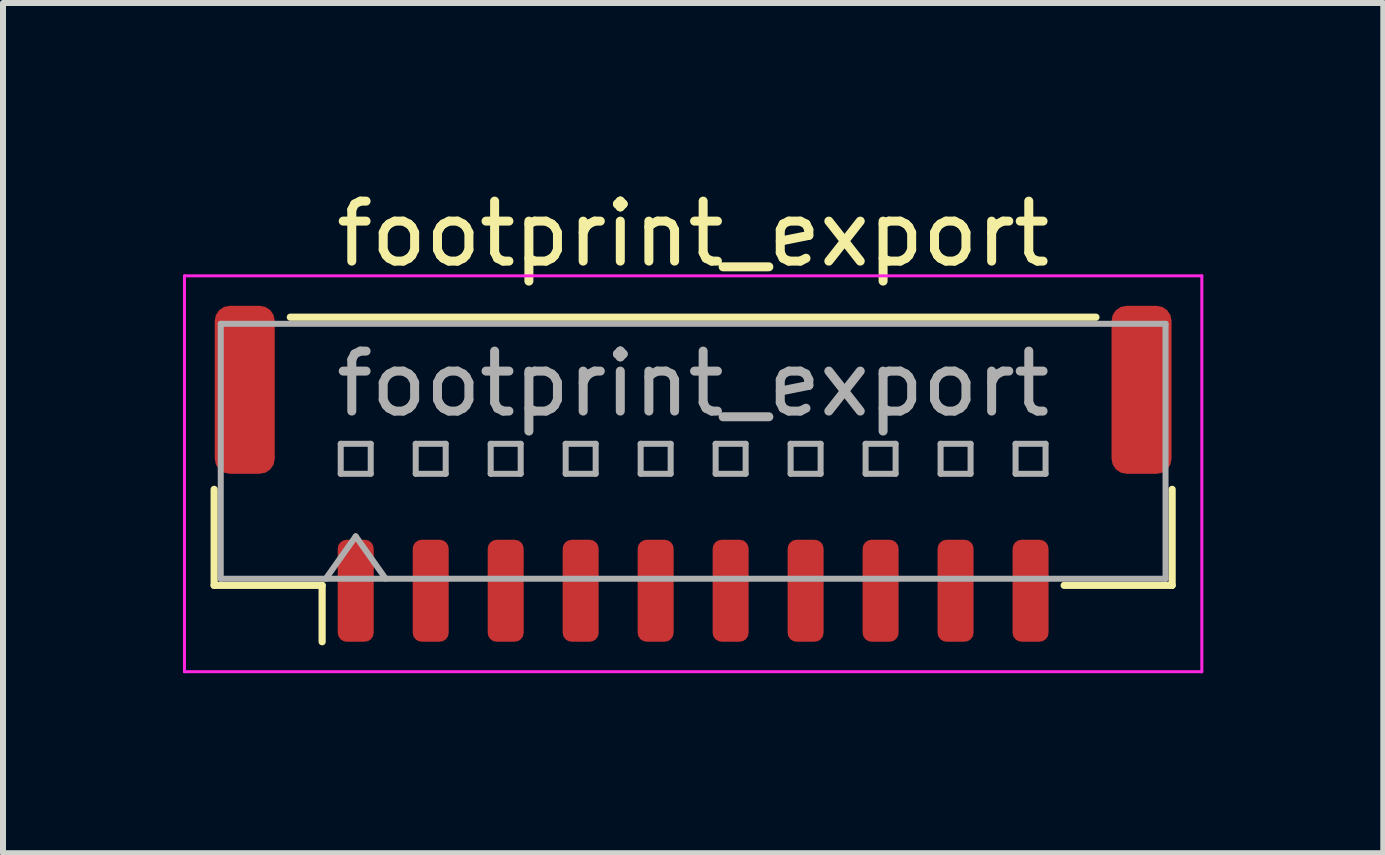
<source format=kicad_pcb>
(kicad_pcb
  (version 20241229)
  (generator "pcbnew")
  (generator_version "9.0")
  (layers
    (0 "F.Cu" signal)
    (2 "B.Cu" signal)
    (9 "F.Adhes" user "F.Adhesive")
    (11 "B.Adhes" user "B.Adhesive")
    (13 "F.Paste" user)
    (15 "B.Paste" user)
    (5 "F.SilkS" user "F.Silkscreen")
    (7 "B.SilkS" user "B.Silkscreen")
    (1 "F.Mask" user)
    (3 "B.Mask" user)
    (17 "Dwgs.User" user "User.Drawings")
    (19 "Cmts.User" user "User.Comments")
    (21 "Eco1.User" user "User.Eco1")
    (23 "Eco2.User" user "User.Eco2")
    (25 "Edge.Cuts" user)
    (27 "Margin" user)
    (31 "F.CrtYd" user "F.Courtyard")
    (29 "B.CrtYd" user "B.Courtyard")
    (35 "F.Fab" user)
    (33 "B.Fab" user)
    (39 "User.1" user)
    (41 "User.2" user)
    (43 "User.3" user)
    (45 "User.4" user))
  (footprint "footprint_export"
    (layer "F.Cu")
    (at 8.505 4.848)
    (property "Reference" "footprint_export" (at 0 -4 0) (layer "F.SilkS") (effects (font (size 1 1) (thickness 0.15))))
    (attr smd)
    (fp_line (start -7.985 0.26) (end -7.985 1.86) (stroke (width 0.12) (type solid)) (layer "F.SilkS"))
    (fp_line (start -7.985 1.86) (end -6.185 1.86) (stroke (width 0.12) (type solid)) (layer "F.SilkS"))
    (fp_line (start -6.715 -2.61) (end 6.715 -2.61) (stroke (width 0.12) (type solid)) (layer "F.SilkS"))
    (fp_line (start -6.185 1.86) (end -6.185 2.8) (stroke (width 0.12) (type solid)) (layer "F.SilkS"))
    (fp_line (start 7.985 0.26) (end 7.985 1.86) (stroke (width 0.12) (type solid)) (layer "F.SilkS"))
    (fp_line (start 7.985 1.86) (end 6.185 1.86) (stroke (width 0.12) (type solid)) (layer "F.SilkS"))
    (fp_line (start -8.48 -3.3) (end -8.48 3.3) (stroke (width 0.05) (type solid)) (layer "F.CrtYd"))
    (fp_line (start -8.48 3.3) (end 8.48 3.3) (stroke (width 0.05) (type solid)) (layer "F.CrtYd"))
    (fp_line (start 8.48 -3.3) (end -8.48 -3.3) (stroke (width 0.05) (type solid)) (layer "F.CrtYd"))
    (fp_line (start 8.48 3.3) (end 8.48 -3.3) (stroke (width 0.05) (type solid)) (layer "F.CrtYd"))
    (fp_line (start -7.875 -2.5) (end 7.875 -2.5) (stroke (width 0.1) (type solid)) (layer "F.Fab"))
    (fp_line (start -7.875 1.75) (end -7.875 -2.5) (stroke (width 0.1) (type solid)) (layer "F.Fab"))
    (fp_line (start -7.875 1.75) (end 7.875 1.75) (stroke (width 0.1) (type solid)) (layer "F.Fab"))
    (fp_line (start -6.125 1.75) (end -5.625 1.043) (stroke (width 0.1) (type solid)) (layer "F.Fab"))
    (fp_line (start -5.875 -0.5) (end -5.875 0) (stroke (width 0.1) (type solid)) (layer "F.Fab"))
    (fp_line (start -5.875 0) (end -5.375 0) (stroke (width 0.1) (type solid)) (layer "F.Fab"))
    (fp_line (start -5.625 1.043) (end -5.125 1.75) (stroke (width 0.1) (type solid)) (layer "F.Fab"))
    (fp_line (start -5.375 -0.5) (end -5.875 -0.5) (stroke (width 0.1) (type solid)) (layer "F.Fab"))
    (fp_line (start -5.375 0) (end -5.375 -0.5) (stroke (width 0.1) (type solid)) (layer "F.Fab"))
    (fp_line (start -4.625 -0.5) (end -4.625 0) (stroke (width 0.1) (type solid)) (layer "F.Fab"))
    (fp_line (start -4.625 0) (end -4.125 0) (stroke (width 0.1) (type solid)) (layer "F.Fab"))
    (fp_line (start -4.125 -0.5) (end -4.625 -0.5) (stroke (width 0.1) (type solid)) (layer "F.Fab"))
    (fp_line (start -4.125 0) (end -4.125 -0.5) (stroke (width 0.1) (type solid)) (layer "F.Fab"))
    (fp_line (start -3.375 -0.5) (end -3.375 0) (stroke (width 0.1) (type solid)) (layer "F.Fab"))
    (fp_line (start -3.375 0) (end -2.875 0) (stroke (width 0.1) (type solid)) (layer "F.Fab"))
    (fp_line (start -2.875 -0.5) (end -3.375 -0.5) (stroke (width 0.1) (type solid)) (layer "F.Fab"))
    (fp_line (start -2.875 0) (end -2.875 -0.5) (stroke (width 0.1) (type solid)) (layer "F.Fab"))
    (fp_line (start -2.125 -0.5) (end -2.125 0) (stroke (width 0.1) (type solid)) (layer "F.Fab"))
    (fp_line (start -2.125 0) (end -1.625 0) (stroke (width 0.1) (type solid)) (layer "F.Fab"))
    (fp_line (start -1.625 -0.5) (end -2.125 -0.5) (stroke (width 0.1) (type solid)) (layer "F.Fab"))
    (fp_line (start -1.625 0) (end -1.625 -0.5) (stroke (width 0.1) (type solid)) (layer "F.Fab"))
    (fp_line (start -0.875 -0.5) (end -0.875 0) (stroke (width 0.1) (type solid)) (layer "F.Fab"))
    (fp_line (start -0.875 0) (end -0.375 0) (stroke (width 0.1) (type solid)) (layer "F.Fab"))
    (fp_line (start -0.375 -0.5) (end -0.875 -0.5) (stroke (width 0.1) (type solid)) (layer "F.Fab"))
    (fp_line (start -0.375 0) (end -0.375 -0.5) (stroke (width 0.1) (type solid)) (layer "F.Fab"))
    (fp_line (start 0.375 -0.5) (end 0.375 0) (stroke (width 0.1) (type solid)) (layer "F.Fab"))
    (fp_line (start 0.375 0) (end 0.875 0) (stroke (width 0.1) (type solid)) (layer "F.Fab"))
    (fp_line (start 0.875 -0.5) (end 0.375 -0.5) (stroke (width 0.1) (type solid)) (layer "F.Fab"))
    (fp_line (start 0.875 0) (end 0.875 -0.5) (stroke (width 0.1) (type solid)) (layer "F.Fab"))
    (fp_line (start 1.625 -0.5) (end 1.625 0) (stroke (width 0.1) (type solid)) (layer "F.Fab"))
    (fp_line (start 1.625 0) (end 2.125 0) (stroke (width 0.1) (type solid)) (layer "F.Fab"))
    (fp_line (start 2.125 -0.5) (end 1.625 -0.5) (stroke (width 0.1) (type solid)) (layer "F.Fab"))
    (fp_line (start 2.125 0) (end 2.125 -0.5) (stroke (width 0.1) (type solid)) (layer "F.Fab"))
    (fp_line (start 2.875 -0.5) (end 2.875 0) (stroke (width 0.1) (type solid)) (layer "F.Fab"))
    (fp_line (start 2.875 0) (end 3.375 0) (stroke (width 0.1) (type solid)) (layer "F.Fab"))
    (fp_line (start 3.375 -0.5) (end 2.875 -0.5) (stroke (width 0.1) (type solid)) (layer "F.Fab"))
    (fp_line (start 3.375 0) (end 3.375 -0.5) (stroke (width 0.1) (type solid)) (layer "F.Fab"))
    (fp_line (start 4.125 -0.5) (end 4.125 0) (stroke (width 0.1) (type solid)) (layer "F.Fab"))
    (fp_line (start 4.125 0) (end 4.625 0) (stroke (width 0.1) (type solid)) (layer "F.Fab"))
    (fp_line (start 4.625 -0.5) (end 4.125 -0.5) (stroke (width 0.1) (type solid)) (layer "F.Fab"))
    (fp_line (start 4.625 0) (end 4.625 -0.5) (stroke (width 0.1) (type solid)) (layer "F.Fab"))
    (fp_line (start 5.375 -0.5) (end 5.375 0) (stroke (width 0.1) (type solid)) (layer "F.Fab"))
    (fp_line (start 5.375 0) (end 5.875 0) (stroke (width 0.1) (type solid)) (layer "F.Fab"))
    (fp_line (start 5.875 -0.5) (end 5.375 -0.5) (stroke (width 0.1) (type solid)) (layer "F.Fab"))
    (fp_line (start 5.875 0) (end 5.875 -0.5) (stroke (width 0.1) (type solid)) (layer "F.Fab"))
    (fp_line (start 7.875 1.75) (end 7.875 -2.5) (stroke (width 0.1) (type solid)) (layer "F.Fab"))
    (fp_text user "${REFERENCE}" (at 0 -1.5 0) (layer "F.Fab") (effects (font (size 1 1) (thickness 0.15))))
    (pad "1" smd roundrect (at -5.625 1.95) (size 0.6 1.7) (layers "F.Cu" "F.Mask" "F.Paste") (roundrect_rratio 0.25))
    (pad "2" smd roundrect (at -4.375 1.95) (size 0.6 1.7) (layers "F.Cu" "F.Mask" "F.Paste") (roundrect_rratio 0.25))
    (pad "3" smd roundrect (at -3.125 1.95) (size 0.6 1.7) (layers "F.Cu" "F.Mask" "F.Paste") (roundrect_rratio 0.25))
    (pad "4" smd roundrect (at -1.875 1.95) (size 0.6 1.7) (layers "F.Cu" "F.Mask" "F.Paste") (roundrect_rratio 0.25))
    (pad "5" smd roundrect (at -0.625 1.95) (size 0.6 1.7) (layers "F.Cu" "F.Mask" "F.Paste") (roundrect_rratio 0.25))
    (pad "6" smd roundrect (at 0.625 1.95) (size 0.6 1.7) (layers "F.Cu" "F.Mask" "F.Paste") (roundrect_rratio 0.25))
    (pad "7" smd roundrect (at 1.875 1.95) (size 0.6 1.7) (layers "F.Cu" "F.Mask" "F.Paste") (roundrect_rratio 0.25))
    (pad "8" smd roundrect (at 3.125 1.95) (size 0.6 1.7) (layers "F.Cu" "F.Mask" "F.Paste") (roundrect_rratio 0.25))
    (pad "9" smd roundrect (at 4.375 1.95) (size 0.6 1.7) (layers "F.Cu" "F.Mask" "F.Paste") (roundrect_rratio 0.25))
    (pad "10" smd roundrect (at 5.625 1.95) (size 0.6 1.7) (layers "F.Cu" "F.Mask" "F.Paste") (roundrect_rratio 0.25))
    (pad "MP" smd roundrect (at -7.475 -1.4) (size 1 2.8) (layers "F.Cu" "F.Mask" "F.Paste") (roundrect_rratio 0.25))
    (pad "MP" smd roundrect (at 7.475 -1.4) (size 1 2.8) (layers "F.Cu" "F.Mask" "F.Paste") (roundrect_rratio 0.25)))
  (gr_rect
    (start -3 -3)
    (end 20.01 11.173)
    (stroke (width 0.1) (type default))
    (fill no)
    (layer "Edge.Cuts")))
</source>
